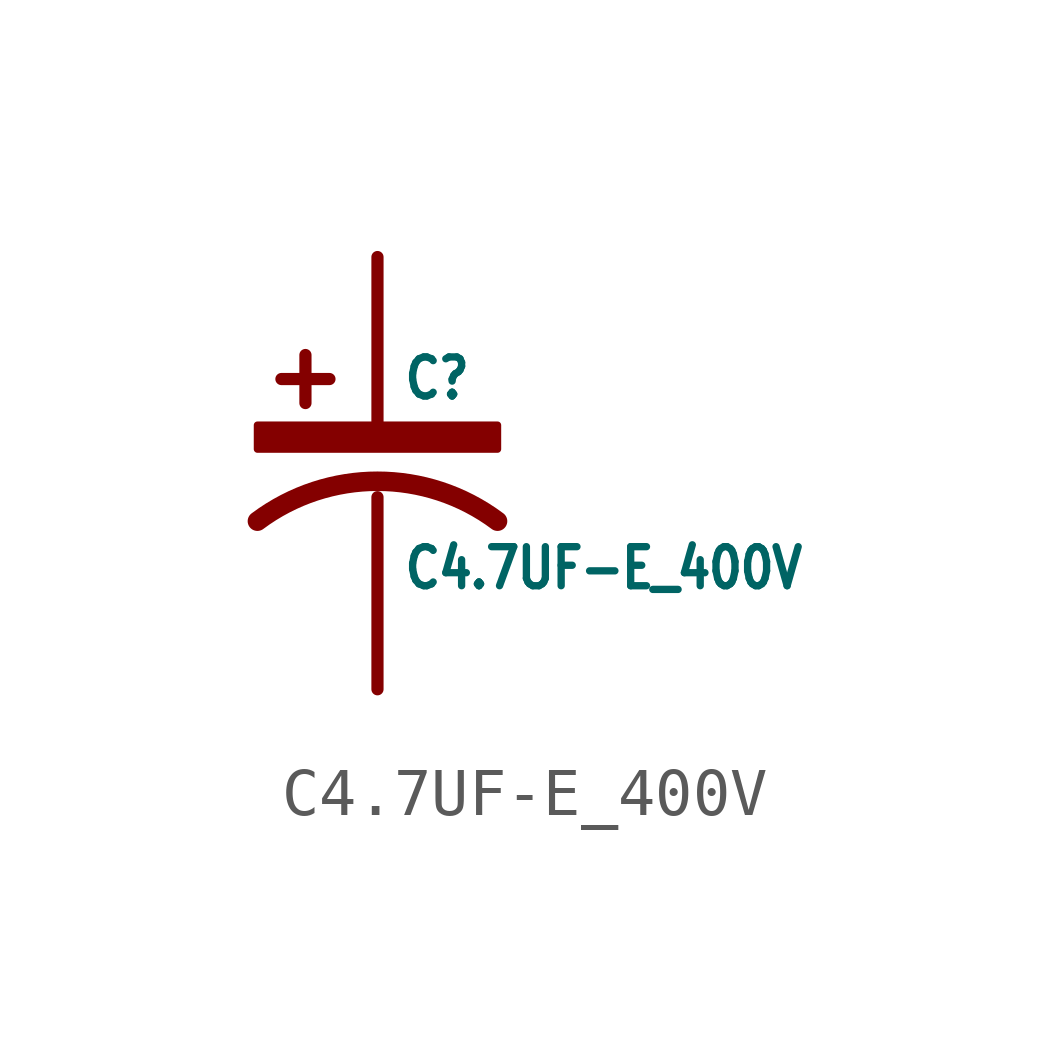
<source format=kicad_sym>
(kicad_symbol_lib
  (version 20211014)
  (generator kicad_symbol_editor)
  (symbol "C4.7UF-E_400V"
    (property "Reference" "C"
      (at 0.5 1.5 0)
      (effects (font (size 0.813 0.691)) (justify left bottom)))
    (property "Value" "C4.7UF-E_400V"
      (at 0.5 -1.5 0)
      (effects (font (size 0.813 0.691)) (justify left top)))
    (property "ki_locked" ""
      (at 0 0 0)
      (effects (font (size 1.27 1.27))))
    (symbol "C4.7UF-E_400V_1_0"
      (rectangle (start -2.5 0.5) (end 2.5 1) (stroke (width 0) (type default) (color 0 0 0 0)) (fill (type outline)))
      (polyline (pts (xy -2 1.96) (xy -1 1.96)) (stroke (width 0.254) (type default) (color 0 0 0 0)) (fill (type none)))
      (polyline (pts (xy -1.5 2.46) (xy -1.5 1.46)) (stroke (width 0.254) (type default) (color 0 0 0 0)) (fill (type none)))
      (polyline (pts (xy 0 -0.5) (xy 0 -4.5)) (stroke (width 0.254) (type default) (color 0 0 0 0)) (fill (type none)))
      (polyline (pts (xy 0 1) (xy 0 4.5)) (stroke (width 0.254) (type default) (color 0 0 0 0)) (fill (type none)))
      (arc (start 2.5 -1) (mid 0 -0.1683) (end -2.5 -1) (stroke (width 0.4064) (type default) (color 0 0 0 0)) (fill (type none)))
      (pin passive line (at 0 4.5 270) (length 0) (name "+" (effects (font (size 0 0)))) (number "1" (effects (font (size 0 0)))))
      (pin bidirectional line (at 0 -4.5 90) (length 0) (name "-" (effects (font (size 0 0)))) (number "2" (effects (font (size 0 0))))))))
</source>
